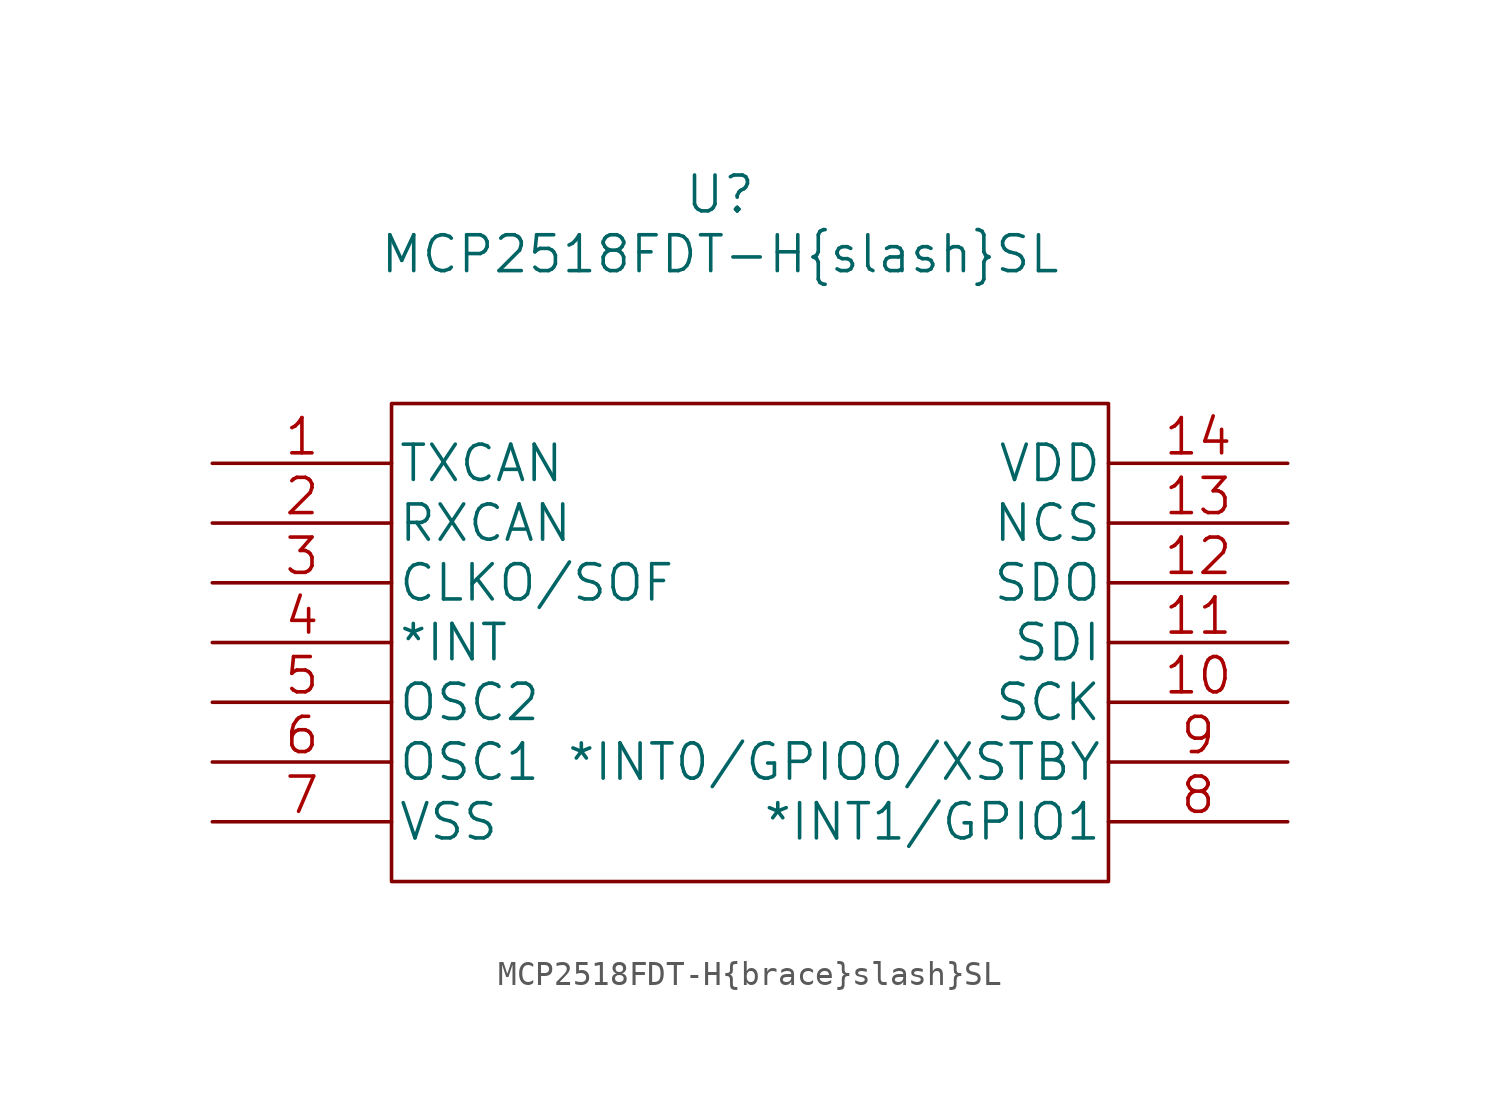
<source format=kicad_sym>
(kicad_symbol_lib
  (version 20211014)
  (generator kicad_symbol_editor)
  (symbol "MCP2518FDT-H{brace}slash}SL"
    (pin_names
      (offset 0.254))
    (property "Reference" "U"
      (at 21.59 11.43 0)
      (effects (font (size 1.524 1.524))))
    (property "Value" "MCP2518FDT-H{brace}slash}SL"
      (at 21.59 8.89 0)
      (effects (font (size 1.524 1.524))))
    (property "Datasheet" ""
      (at 0 0 0)
      (effects (font (size 1.524 1.524))))
    (property "ki_locked" ""
      (at 0 0 0)
      (effects (font (size 1.27 1.27))))
    (symbol "MCP2518FDT-H{brace}slash}SL_1_1"
      (polyline (pts (xy 7.62 -17.78) (xy 7.62 2.54) (xy 38.1 2.54) (xy 38.1 -17.78) (xy 7.62 -17.78)) (stroke (width 0) (type default) (color 0 0 0 0)) (fill (type none)))
      (pin output line (at 0 0 0) (length 7.62) (name "TXCAN" (effects (font (size 1.499 1.499)))) (number "1" (effects (font (size 1.499 1.499)))))
      (pin input line (at 45.72 -10.16 180) (length 7.62) (name "SCK" (effects (font (size 1.499 1.499)))) (number "10" (effects (font (size 1.499 1.499)))))
      (pin input line (at 45.72 -7.62 180) (length 7.62) (name "SDI" (effects (font (size 1.499 1.499)))) (number "11" (effects (font (size 1.499 1.499)))))
      (pin output line (at 45.72 -5.08 180) (length 7.62) (name "SDO" (effects (font (size 1.499 1.499)))) (number "12" (effects (font (size 1.499 1.499)))))
      (pin input line (at 45.72 -2.54 180) (length 7.62) (name "NCS" (effects (font (size 1.499 1.499)))) (number "13" (effects (font (size 1.499 1.499)))))
      (pin power_in line (at 45.72 0 180) (length 7.62) (name "VDD" (effects (font (size 1.499 1.499)))) (number "14" (effects (font (size 1.499 1.499)))))
      (pin input line (at 0 -2.54 0) (length 7.62) (name "RXCAN" (effects (font (size 1.499 1.499)))) (number "2" (effects (font (size 1.499 1.499)))))
      (pin output line (at 0 -5.08 0) (length 7.62) (name "CLKO/SOF" (effects (font (size 1.499 1.499)))) (number "3" (effects (font (size 1.499 1.499)))))
      (pin output line (at 0 -7.62 0) (length 7.62) (name "*INT" (effects (font (size 1.499 1.499)))) (number "4" (effects (font (size 1.499 1.499)))))
      (pin output line (at 0 -10.16 0) (length 7.62) (name "OSC2" (effects (font (size 1.499 1.499)))) (number "5" (effects (font (size 1.499 1.499)))))
      (pin input line (at 0 -12.7 0) (length 7.62) (name "OSC1" (effects (font (size 1.499 1.499)))) (number "6" (effects (font (size 1.499 1.499)))))
      (pin power_in line (at 0 -15.24 0) (length 7.62) (name "VSS" (effects (font (size 1.499 1.499)))) (number "7" (effects (font (size 1.499 1.499)))))
      (pin bidirectional line (at 45.72 -15.24 180) (length 7.62) (name "*INT1/GPIO1" (effects (font (size 1.499 1.499)))) (number "8" (effects (font (size 1.499 1.499)))))
      (pin bidirectional line (at 45.72 -12.7 180) (length 7.62) (name "*INT0/GPIO0/XSTBY" (effects (font (size 1.499 1.499)))) (number "9" (effects (font (size 1.499 1.499))))))))
</source>
